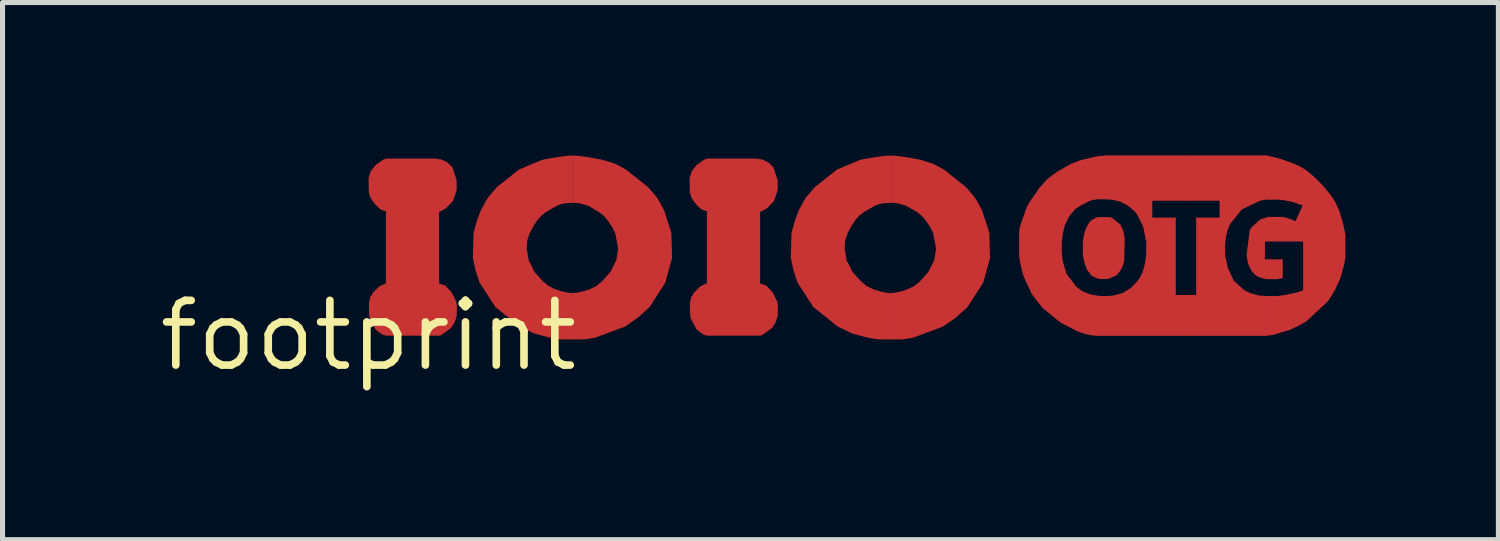
<source format=kicad_pcb>
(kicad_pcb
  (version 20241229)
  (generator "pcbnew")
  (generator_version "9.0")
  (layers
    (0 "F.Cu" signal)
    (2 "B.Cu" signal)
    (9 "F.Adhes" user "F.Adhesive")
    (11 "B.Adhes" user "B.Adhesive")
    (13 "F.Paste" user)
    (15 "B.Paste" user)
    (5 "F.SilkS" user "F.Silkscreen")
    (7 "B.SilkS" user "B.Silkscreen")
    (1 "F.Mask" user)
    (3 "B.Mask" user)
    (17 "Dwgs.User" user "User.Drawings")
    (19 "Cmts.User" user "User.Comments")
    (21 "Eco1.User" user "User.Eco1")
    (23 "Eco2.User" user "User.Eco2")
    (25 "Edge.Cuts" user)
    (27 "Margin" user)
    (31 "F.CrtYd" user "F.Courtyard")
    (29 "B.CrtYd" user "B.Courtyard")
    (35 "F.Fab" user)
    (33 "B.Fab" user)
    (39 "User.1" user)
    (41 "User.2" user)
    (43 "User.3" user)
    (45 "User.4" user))
  (footprint "footprint"
    (layer "F.Cu")
    (at 4.18 3.535)
    (property "Reference" "footprint" (at 0 0 0) (layer "F.SilkS") (effects (font (size 1.27 1.27) (thickness 0.15))))
    (fp_poly (pts (xy 17.605 -2.666) (xy 17.488 -2.642) (xy 17.14 -2.474) (xy 16.909 -2.185) (xy 16.856 -2.055) (xy 16.826 -1.917) (xy 16.813 -1.743) (xy 16.815 -1.568) (xy 16.864 -1.334) (xy 16.982 -1.079) (xy 17.192 -0.887) (xy 17.314 -0.83) (xy 17.475 -0.786) (xy 17.635 -0.775) (xy 17.635 0.005) (xy 16.045 0.005) (xy 16.045 -0.795) (xy 16.245 -0.795) (xy 16.245 -2.315) (xy 16.705 -2.315) (xy 16.705 -2.645) (xy 16.065 -2.645) (xy 16.065 -3.535) (xy 17.605 -3.535)) (stroke (width 0) (type solid)) (fill yes) (layer "F.Cu"))
    (fp_poly (pts (xy 16.075 -2.645) (xy 15.385 -2.645) (xy 15.385 -2.315) (xy 15.845 -2.315) (xy 15.845 -0.795) (xy 16.055 -0.795) (xy 16.055 0.005) (xy 14.435 0.005) (xy 14.435 -0.775) (xy 14.53 -0.777) (xy 14.619 -0.785) (xy 14.81 -0.838) (xy 14.977 -0.944) (xy 15.106 -1.083) (xy 15.189 -1.229) (xy 15.235 -1.391) (xy 15.265 -1.58) (xy 15.265 -1.849) (xy 15.251 -1.893) (xy 15.245 -1.939) (xy 15.205 -2.138) (xy 15.086 -2.377) (xy 15.054 -2.419) (xy 15.017 -2.456) (xy 14.897 -2.556) (xy 14.758 -2.625) (xy 14.609 -2.665) (xy 14.435 -2.675) (xy 14.435 -3.535) (xy 16.075 -3.535)) (stroke (width 0) (type solid)) (fill yes) (layer "F.Cu"))
    (fp_poly (pts (xy 14.455 -2.324) (xy 14.539 -2.324) (xy 14.565 -2.319) (xy 14.591 -2.312) (xy 14.758 -2.178) (xy 14.815 -2.052) (xy 14.843 -1.917) (xy 14.834 -1.476) (xy 14.81 -1.381) (xy 14.764 -1.28) (xy 14.695 -1.192) (xy 14.682 -1.182) (xy 14.52 -1.111) (xy 14.373 -1.108) (xy 14.337 -1.112) (xy 14.221 -1.157) (xy 14.202 -1.168) (xy 14.187 -1.184) (xy 14.099 -1.298) (xy 14.045 -1.454) (xy 14.022 -1.585) (xy 14.022 -1.864) (xy 14.026 -1.864) (xy 14.041 -1.965) (xy 14.072 -2.08) (xy 14.106 -2.146) (xy 14.143 -2.211) (xy 14.18 -2.255) (xy 14.228 -2.286) (xy 14.309 -2.325) (xy 14.455 -2.325)) (stroke (width 0) (type solid)) (fill yes) (layer "F.Cu"))
    (fp_poly (pts (xy 4.099 -3.528) (xy 4.288 -3.504) (xy 4.446 -3.478) (xy 4.603 -3.447) (xy 4.838 -3.373) (xy 5.056 -3.257) (xy 5.49 -2.911) (xy 5.67 -2.7) (xy 5.804 -2.457) (xy 5.946 -2.015) (xy 5.96 -1.522) (xy 5.827 -1.038) (xy 5.519 -0.56) (xy 5.29 -0.353) (xy 5.038 -0.177) (xy 4.454 0.041) (xy 4.24 0.076) (xy 3.999 0.076) (xy 3.999 -0.833) (xy 4.064 -0.837) (xy 4.124 -0.846) (xy 4.239 -0.874) (xy 4.352 -0.912) (xy 4.476 -0.974) (xy 4.583 -1.062) (xy 4.75 -1.247) (xy 4.867 -1.483) (xy 4.902 -1.704) (xy 4.844 -2.013) (xy 4.775 -2.142) (xy 4.694 -2.264) (xy 4.618 -2.351) (xy 4.528 -2.422) (xy 4.309 -2.549) (xy 4.14 -2.596) (xy 4.021 -2.606) (xy 4.021 -3.53) (xy 4.063 -3.53)) (stroke (width 0) (type solid)) (fill yes) (layer "F.Cu"))
    (fp_poly (pts (xy 10.339 -3.528) (xy 10.528 -3.504) (xy 10.686 -3.478) (xy 10.843 -3.447) (xy 11.078 -3.373) (xy 11.296 -3.257) (xy 11.73 -2.911) (xy 11.91 -2.7) (xy 12.044 -2.457) (xy 12.186 -2.015) (xy 12.2 -1.522) (xy 12.067 -1.038) (xy 11.759 -0.56) (xy 11.53 -0.353) (xy 11.278 -0.177) (xy 10.694 0.041) (xy 10.48 0.076) (xy 10.239 0.076) (xy 10.239 -0.833) (xy 10.304 -0.837) (xy 10.364 -0.846) (xy 10.479 -0.874) (xy 10.592 -0.912) (xy 10.716 -0.974) (xy 10.823 -1.062) (xy 10.99 -1.247) (xy 11.107 -1.483) (xy 11.142 -1.704) (xy 11.084 -2.013) (xy 11.015 -2.142) (xy 10.934 -2.264) (xy 10.858 -2.351) (xy 10.768 -2.422) (xy 10.549 -2.549) (xy 10.38 -2.596) (xy 10.261 -2.606) (xy 10.261 -3.53) (xy 10.303 -3.53)) (stroke (width 0) (type solid)) (fill yes) (layer "F.Cu"))
    (fp_poly (pts (xy 4.029 -3.53) (xy 4.029 -2.606) (xy 3.87 -2.596) (xy 3.783 -2.581) (xy 3.701 -2.549) (xy 3.482 -2.422) (xy 3.392 -2.351) (xy 3.316 -2.264) (xy 3.235 -2.142) (xy 3.166 -2.013) (xy 3.116 -1.862) (xy 3.108 -1.704) (xy 3.143 -1.483) (xy 3.26 -1.247) (xy 3.427 -1.062) (xy 3.534 -0.974) (xy 3.658 -0.912) (xy 3.771 -0.874) (xy 3.886 -0.846) (xy 3.946 -0.837) (xy 4.011 -0.833) (xy 4.011 0.076) (xy 3.77 0.076) (xy 3.556 0.041) (xy 3.253 -0.04) (xy 2.971 -0.177) (xy 2.491 -0.56) (xy 2.183 -1.038) (xy 2.104 -1.277) (xy 2.05 -1.523) (xy 2.064 -2.015) (xy 2.126 -2.239) (xy 2.206 -2.457) (xy 2.34 -2.7) (xy 2.52 -2.911) (xy 2.954 -3.257) (xy 3.407 -3.447) (xy 3.564 -3.478) (xy 3.722 -3.504) (xy 3.911 -3.528) (xy 3.967 -3.531)) (stroke (width 0) (type solid)) (fill yes) (layer "F.Cu"))
    (fp_poly (pts (xy 10.269 -3.53) (xy 10.269 -2.606) (xy 10.11 -2.596) (xy 10.023 -2.581) (xy 9.941 -2.549) (xy 9.722 -2.422) (xy 9.632 -2.351) (xy 9.556 -2.264) (xy 9.475 -2.142) (xy 9.406 -2.013) (xy 9.356 -1.862) (xy 9.348 -1.704) (xy 9.383 -1.483) (xy 9.5 -1.247) (xy 9.667 -1.062) (xy 9.774 -0.974) (xy 9.898 -0.912) (xy 10.011 -0.874) (xy 10.126 -0.846) (xy 10.186 -0.837) (xy 10.251 -0.833) (xy 10.251 0.076) (xy 10.01 0.076) (xy 9.796 0.041) (xy 9.493 -0.04) (xy 9.211 -0.177) (xy 8.731 -0.56) (xy 8.423 -1.038) (xy 8.344 -1.277) (xy 8.29 -1.523) (xy 8.304 -2.015) (xy 8.366 -2.239) (xy 8.446 -2.457) (xy 8.58 -2.7) (xy 8.76 -2.911) (xy 9.194 -3.257) (xy 9.647 -3.447) (xy 9.804 -3.478) (xy 9.962 -3.504) (xy 10.151 -3.528) (xy 10.207 -3.531)) (stroke (width 0) (type solid)) (fill yes) (layer "F.Cu"))
    (fp_poly (pts (xy 14.445 -2.675) (xy 14.313 -2.673) (xy 14.22 -2.663) (xy 14.131 -2.631) (xy 13.999 -2.563) (xy 13.874 -2.484) (xy 13.755 -2.34) (xy 13.67 -2.173) (xy 13.626 -1.991) (xy 13.608 -1.829) (xy 13.608 -1.622) (xy 13.627 -1.457) (xy 13.703 -1.209) (xy 13.894 -0.957) (xy 14.018 -0.866) (xy 14.161 -0.81) (xy 14.245 -0.792) (xy 14.33 -0.78) (xy 14.385 -0.776) (xy 14.445 -0.775) (xy 14.445 0.005) (xy 14.29 0.005) (xy 14.197 -0.002) (xy 14.056 -0.033) (xy 13.919 -0.082) (xy 13.581 -0.256) (xy 13.229 -0.542) (xy 13.019 -0.815) (xy 12.855 -1.171) (xy 12.807 -1.357) (xy 12.772 -1.544) (xy 12.769 -1.578) (xy 12.771 -1.606) (xy 12.77 -1.606) (xy 12.77 -1.926) (xy 12.771 -1.926) (xy 12.771 -2.004) (xy 12.78 -2.099) (xy 12.805 -2.192) (xy 12.853 -2.324) (xy 12.898 -2.458) (xy 12.937 -2.553) (xy 12.991 -2.642) (xy 13.172 -2.902) (xy 13.321 -3.066) (xy 13.424 -3.147) (xy 13.531 -3.224) (xy 13.77 -3.358) (xy 13.873 -3.403) (xy 13.979 -3.442) (xy 14.27 -3.511) (xy 14.318 -3.518) (xy 14.367 -3.526) (xy 14.445 -3.526)) (stroke (width 0) (type solid)) (fill yes) (layer "F.Cu"))
    (fp_poly (pts (xy 1.438 -3.453) (xy 1.556 -3.393) (xy 1.651 -3.298) (xy 1.732 -3.049) (xy 1.732 -2.852) (xy 1.661 -2.641) (xy 1.516 -2.492) (xy 1.41 -2.435) (xy 1.388 -2.429) (xy 1.388 -1.02) (xy 1.394 -1.02) (xy 1.533 -0.972) (xy 1.515 -0.972) (xy 1.632 -0.849) (xy 1.715 -0.686) (xy 1.728 -0.64) (xy 1.737 -0.592) (xy 1.734 -0.386) (xy 1.694 -0.26) (xy 1.623 -0.148) (xy 1.41 0.003) (xy 0.348 0.003) (xy 0.281 -0.016) (xy 0.207 -0.067) (xy 0.138 -0.124) (xy 0.137 -0.125) (xy 0.021 -0.347) (xy 0.01 -0.5) (xy 0.013 -0.652) (xy 0.013 -0.653) (xy 0.038 -0.757) (xy 0.096 -0.847) (xy 0.187 -0.94) (xy 0.224 -0.97) (xy 0.267 -0.993) (xy 0.297 -1.005) (xy 0.326 -1.018) (xy 0.337 -1.021) (xy 0.344 -1.022) (xy 0.344 -2.44) (xy 0.291 -2.453) (xy 0.248 -2.47) (xy 0.211 -2.497) (xy 0.145 -2.563) (xy 0.085 -2.633) (xy 0.035 -2.717) (xy 0.008 -2.812) (xy 0.004 -3.089) (xy 0.046 -3.227) (xy 0.136 -3.34) (xy 0.276 -3.442) (xy 0.314 -3.462) (xy 0.35 -3.471) (xy 0.366 -3.473) (xy 1.306 -3.474)) (stroke (width 0) (type solid)) (fill yes) (layer "F.Cu"))
    (fp_poly (pts (xy 7.738 -3.453) (xy 7.856 -3.393) (xy 7.951 -3.298) (xy 8.032 -3.049) (xy 8.032 -2.852) (xy 7.961 -2.641) (xy 7.816 -2.492) (xy 7.71 -2.435) (xy 7.688 -2.429) (xy 7.688 -1.02) (xy 7.694 -1.02) (xy 7.833 -0.972) (xy 7.815 -0.972) (xy 7.932 -0.849) (xy 8.015 -0.686) (xy 8.028 -0.64) (xy 8.037 -0.592) (xy 8.034 -0.386) (xy 7.994 -0.26) (xy 7.923 -0.148) (xy 7.71 0.003) (xy 6.648 0.003) (xy 6.581 -0.016) (xy 6.507 -0.067) (xy 6.438 -0.124) (xy 6.437 -0.125) (xy 6.321 -0.347) (xy 6.31 -0.5) (xy 6.313 -0.652) (xy 6.313 -0.653) (xy 6.338 -0.757) (xy 6.396 -0.847) (xy 6.487 -0.94) (xy 6.524 -0.97) (xy 6.567 -0.993) (xy 6.597 -1.005) (xy 6.626 -1.018) (xy 6.637 -1.021) (xy 6.644 -1.022) (xy 6.644 -2.44) (xy 6.591 -2.453) (xy 6.548 -2.47) (xy 6.511 -2.497) (xy 6.445 -2.563) (xy 6.385 -2.633) (xy 6.335 -2.717) (xy 6.308 -2.812) (xy 6.304 -3.089) (xy 6.346 -3.227) (xy 6.436 -3.34) (xy 6.576 -3.442) (xy 6.614 -3.462) (xy 6.65 -3.471) (xy 6.666 -3.473) (xy 7.606 -3.474)) (stroke (width 0) (type solid)) (fill yes) (layer "F.Cu"))
    (fp_poly (pts (xy 17.674 -3.524) (xy 17.918 -3.462) (xy 18.154 -3.377) (xy 18.276 -3.322) (xy 18.378 -3.262) (xy 18.472 -3.192) (xy 18.619 -3.059) (xy 18.756 -2.915) (xy 18.882 -2.762) (xy 18.976 -2.619) (xy 19.048 -2.463) (xy 19.123 -2.224) (xy 19.175 -1.979) (xy 19.175 -1.533) (xy 19.176 -1.532) (xy 19.153 -1.405) (xy 19.084 -1.148) (xy 18.976 -0.906) (xy 18.905 -0.784) (xy 18.826 -0.667) (xy 18.405 -0.277) (xy 18.251 -0.19) (xy 18.091 -0.114) (xy 17.767 -0.016) (xy 17.625 0.006) (xy 17.625 -0.775) (xy 17.85 -0.775) (xy 17.997 -0.798) (xy 18.207 -0.841) (xy 18.345 -0.887) (xy 18.345 -1.845) (xy 17.595 -1.845) (xy 17.595 -1.495) (xy 17.945 -1.495) (xy 17.945 -1.126) (xy 17.83 -1.105) (xy 17.61 -1.107) (xy 17.489 -1.143) (xy 17.439 -1.165) (xy 17.395 -1.198) (xy 17.341 -1.259) (xy 17.299 -1.329) (xy 17.266 -1.41) (xy 17.247 -1.496) (xy 17.236 -1.587) (xy 17.296 -2.06) (xy 17.328 -2.117) (xy 17.374 -2.163) (xy 17.427 -2.207) (xy 17.484 -2.264) (xy 17.484 -2.262) (xy 17.524 -2.29) (xy 17.581 -2.301) (xy 17.631 -2.318) (xy 17.64 -2.327) (xy 17.934 -2.327) (xy 18.006 -2.315) (xy 18.119 -2.276) (xy 18.16 -2.26) (xy 18.196 -2.245) (xy 18.335 -2.551) (xy 18.167 -2.613) (xy 17.983 -2.654) (xy 17.862 -2.667) (xy 17.68 -2.667) (xy 17.595 -2.665) (xy 17.595 -3.535) (xy 17.621 -3.535)) (stroke (width 0) (type solid)) (fill yes) (layer "F.Cu"))
    (fp_poly (pts (xy 17.605 -2.666) (xy 17.488 -2.642) (xy 17.14 -2.474) (xy 16.909 -2.185) (xy 16.856 -2.055) (xy 16.826 -1.917) (xy 16.813 -1.743) (xy 16.815 -1.568) (xy 16.864 -1.334) (xy 16.982 -1.079) (xy 17.192 -0.887) (xy 17.314 -0.83) (xy 17.475 -0.786) (xy 17.635 -0.775) (xy 17.635 0.005) (xy 16.045 0.005) (xy 16.045 -0.795) (xy 16.245 -0.795) (xy 16.245 -2.315) (xy 16.705 -2.315) (xy 16.705 -2.645) (xy 16.065 -2.645) (xy 16.065 -3.535) (xy 17.605 -3.535)) (stroke (width 0) (type solid)) (fill yes) (layer "F.Mask"))
    (fp_poly (pts (xy 16.075 -2.645) (xy 15.385 -2.645) (xy 15.385 -2.315) (xy 15.845 -2.315) (xy 15.845 -0.795) (xy 16.055 -0.795) (xy 16.055 0.005) (xy 14.435 0.005) (xy 14.435 -0.775) (xy 14.53 -0.777) (xy 14.619 -0.785) (xy 14.81 -0.838) (xy 14.977 -0.944) (xy 15.106 -1.083) (xy 15.189 -1.229) (xy 15.235 -1.391) (xy 15.265 -1.58) (xy 15.265 -1.849) (xy 15.251 -1.893) (xy 15.245 -1.939) (xy 15.205 -2.138) (xy 15.086 -2.377) (xy 15.054 -2.419) (xy 15.017 -2.456) (xy 14.897 -2.556) (xy 14.758 -2.625) (xy 14.609 -2.665) (xy 14.435 -2.675) (xy 14.435 -3.535) (xy 16.075 -3.535)) (stroke (width 0) (type solid)) (fill yes) (layer "F.Mask"))
    (fp_poly (pts (xy 14.455 -2.324) (xy 14.539 -2.324) (xy 14.565 -2.319) (xy 14.591 -2.312) (xy 14.758 -2.178) (xy 14.815 -2.052) (xy 14.843 -1.917) (xy 14.834 -1.476) (xy 14.81 -1.381) (xy 14.764 -1.28) (xy 14.695 -1.192) (xy 14.682 -1.182) (xy 14.52 -1.111) (xy 14.373 -1.108) (xy 14.337 -1.112) (xy 14.221 -1.157) (xy 14.202 -1.168) (xy 14.187 -1.184) (xy 14.099 -1.298) (xy 14.045 -1.454) (xy 14.022 -1.585) (xy 14.022 -1.864) (xy 14.026 -1.864) (xy 14.041 -1.965) (xy 14.072 -2.08) (xy 14.106 -2.146) (xy 14.143 -2.211) (xy 14.18 -2.255) (xy 14.228 -2.286) (xy 14.309 -2.325) (xy 14.455 -2.325)) (stroke (width 0) (type solid)) (fill yes) (layer "F.Mask"))
    (fp_poly (pts (xy 4.099 -3.528) (xy 4.288 -3.504) (xy 4.446 -3.478) (xy 4.603 -3.447) (xy 4.838 -3.373) (xy 5.056 -3.257) (xy 5.49 -2.911) (xy 5.67 -2.7) (xy 5.804 -2.457) (xy 5.946 -2.015) (xy 5.96 -1.522) (xy 5.827 -1.038) (xy 5.519 -0.56) (xy 5.29 -0.353) (xy 5.038 -0.177) (xy 4.454 0.041) (xy 4.24 0.076) (xy 3.999 0.076) (xy 3.999 -0.833) (xy 4.064 -0.837) (xy 4.124 -0.846) (xy 4.239 -0.874) (xy 4.352 -0.912) (xy 4.476 -0.974) (xy 4.583 -1.062) (xy 4.75 -1.247) (xy 4.867 -1.483) (xy 4.902 -1.704) (xy 4.844 -2.013) (xy 4.775 -2.142) (xy 4.694 -2.264) (xy 4.618 -2.351) (xy 4.528 -2.422) (xy 4.309 -2.549) (xy 4.14 -2.596) (xy 4.021 -2.606) (xy 4.021 -3.53) (xy 4.063 -3.53)) (stroke (width 0) (type solid)) (fill yes) (layer "F.Mask"))
    (fp_poly (pts (xy 10.339 -3.528) (xy 10.528 -3.504) (xy 10.686 -3.478) (xy 10.843 -3.447) (xy 11.078 -3.373) (xy 11.296 -3.257) (xy 11.73 -2.911) (xy 11.91 -2.7) (xy 12.044 -2.457) (xy 12.186 -2.015) (xy 12.2 -1.522) (xy 12.067 -1.038) (xy 11.759 -0.56) (xy 11.53 -0.353) (xy 11.278 -0.177) (xy 10.694 0.041) (xy 10.48 0.076) (xy 10.239 0.076) (xy 10.239 -0.833) (xy 10.304 -0.837) (xy 10.364 -0.846) (xy 10.479 -0.874) (xy 10.592 -0.912) (xy 10.716 -0.974) (xy 10.823 -1.062) (xy 10.99 -1.247) (xy 11.107 -1.483) (xy 11.142 -1.704) (xy 11.084 -2.013) (xy 11.015 -2.142) (xy 10.934 -2.264) (xy 10.858 -2.351) (xy 10.768 -2.422) (xy 10.549 -2.549) (xy 10.38 -2.596) (xy 10.261 -2.606) (xy 10.261 -3.53) (xy 10.303 -3.53)) (stroke (width 0) (type solid)) (fill yes) (layer "F.Mask"))
    (fp_poly (pts (xy 4.029 -3.53) (xy 4.029 -2.606) (xy 3.87 -2.596) (xy 3.783 -2.581) (xy 3.701 -2.549) (xy 3.482 -2.422) (xy 3.392 -2.351) (xy 3.316 -2.264) (xy 3.235 -2.142) (xy 3.166 -2.013) (xy 3.116 -1.862) (xy 3.108 -1.704) (xy 3.143 -1.483) (xy 3.26 -1.247) (xy 3.427 -1.062) (xy 3.534 -0.974) (xy 3.658 -0.912) (xy 3.771 -0.874) (xy 3.886 -0.846) (xy 3.946 -0.837) (xy 4.011 -0.833) (xy 4.011 0.076) (xy 3.77 0.076) (xy 3.556 0.041) (xy 3.253 -0.04) (xy 2.971 -0.177) (xy 2.491 -0.56) (xy 2.183 -1.038) (xy 2.104 -1.277) (xy 2.05 -1.523) (xy 2.064 -2.015) (xy 2.126 -2.239) (xy 2.206 -2.457) (xy 2.34 -2.7) (xy 2.52 -2.911) (xy 2.954 -3.257) (xy 3.407 -3.447) (xy 3.564 -3.478) (xy 3.722 -3.504) (xy 3.911 -3.528) (xy 3.967 -3.531)) (stroke (width 0) (type solid)) (fill yes) (layer "F.Mask"))
    (fp_poly (pts (xy 10.269 -3.53) (xy 10.269 -2.606) (xy 10.11 -2.596) (xy 10.023 -2.581) (xy 9.941 -2.549) (xy 9.722 -2.422) (xy 9.632 -2.351) (xy 9.556 -2.264) (xy 9.475 -2.142) (xy 9.406 -2.013) (xy 9.356 -1.862) (xy 9.348 -1.704) (xy 9.383 -1.483) (xy 9.5 -1.247) (xy 9.667 -1.062) (xy 9.774 -0.974) (xy 9.898 -0.912) (xy 10.011 -0.874) (xy 10.126 -0.846) (xy 10.186 -0.837) (xy 10.251 -0.833) (xy 10.251 0.076) (xy 10.01 0.076) (xy 9.796 0.041) (xy 9.493 -0.04) (xy 9.211 -0.177) (xy 8.731 -0.56) (xy 8.423 -1.038) (xy 8.344 -1.277) (xy 8.29 -1.523) (xy 8.304 -2.015) (xy 8.366 -2.239) (xy 8.446 -2.457) (xy 8.58 -2.7) (xy 8.76 -2.911) (xy 9.194 -3.257) (xy 9.647 -3.447) (xy 9.804 -3.478) (xy 9.962 -3.504) (xy 10.151 -3.528) (xy 10.207 -3.531)) (stroke (width 0) (type solid)) (fill yes) (layer "F.Mask"))
    (fp_poly (pts (xy 14.445 -2.675) (xy 14.313 -2.673) (xy 14.22 -2.663) (xy 14.131 -2.631) (xy 13.999 -2.563) (xy 13.874 -2.484) (xy 13.755 -2.34) (xy 13.67 -2.173) (xy 13.626 -1.991) (xy 13.608 -1.829) (xy 13.608 -1.622) (xy 13.627 -1.457) (xy 13.703 -1.209) (xy 13.894 -0.957) (xy 14.018 -0.866) (xy 14.161 -0.81) (xy 14.245 -0.792) (xy 14.33 -0.78) (xy 14.385 -0.776) (xy 14.445 -0.775) (xy 14.445 0.005) (xy 14.29 0.005) (xy 14.197 -0.002) (xy 14.056 -0.033) (xy 13.919 -0.082) (xy 13.581 -0.256) (xy 13.229 -0.542) (xy 13.019 -0.815) (xy 12.855 -1.171) (xy 12.807 -1.357) (xy 12.772 -1.544) (xy 12.769 -1.578) (xy 12.771 -1.606) (xy 12.77 -1.606) (xy 12.77 -1.926) (xy 12.771 -1.926) (xy 12.771 -2.004) (xy 12.78 -2.099) (xy 12.805 -2.192) (xy 12.853 -2.324) (xy 12.898 -2.458) (xy 12.937 -2.553) (xy 12.991 -2.642) (xy 13.172 -2.902) (xy 13.321 -3.066) (xy 13.424 -3.147) (xy 13.531 -3.224) (xy 13.77 -3.358) (xy 13.873 -3.403) (xy 13.979 -3.442) (xy 14.27 -3.511) (xy 14.318 -3.518) (xy 14.367 -3.526) (xy 14.445 -3.526)) (stroke (width 0) (type solid)) (fill yes) (layer "F.Mask"))
    (fp_poly (pts (xy 1.438 -3.453) (xy 1.556 -3.393) (xy 1.651 -3.298) (xy 1.732 -3.049) (xy 1.732 -2.852) (xy 1.661 -2.641) (xy 1.516 -2.492) (xy 1.41 -2.435) (xy 1.388 -2.429) (xy 1.388 -1.02) (xy 1.394 -1.02) (xy 1.533 -0.972) (xy 1.515 -0.972) (xy 1.632 -0.849) (xy 1.715 -0.686) (xy 1.728 -0.64) (xy 1.737 -0.592) (xy 1.734 -0.386) (xy 1.694 -0.26) (xy 1.623 -0.148) (xy 1.41 0.003) (xy 0.348 0.003) (xy 0.281 -0.016) (xy 0.207 -0.067) (xy 0.138 -0.124) (xy 0.137 -0.125) (xy 0.021 -0.347) (xy 0.01 -0.5) (xy 0.013 -0.652) (xy 0.013 -0.653) (xy 0.038 -0.757) (xy 0.096 -0.847) (xy 0.187 -0.94) (xy 0.224 -0.97) (xy 0.267 -0.993) (xy 0.297 -1.005) (xy 0.326 -1.018) (xy 0.337 -1.021) (xy 0.344 -1.022) (xy 0.344 -2.44) (xy 0.291 -2.453) (xy 0.248 -2.47) (xy 0.211 -2.497) (xy 0.145 -2.563) (xy 0.085 -2.633) (xy 0.035 -2.717) (xy 0.008 -2.812) (xy 0.004 -3.089) (xy 0.046 -3.227) (xy 0.136 -3.34) (xy 0.276 -3.442) (xy 0.314 -3.462) (xy 0.35 -3.471) (xy 0.366 -3.473) (xy 1.306 -3.474)) (stroke (width 0) (type solid)) (fill yes) (layer "F.Mask"))
    (fp_poly (pts (xy 7.738 -3.453) (xy 7.856 -3.393) (xy 7.951 -3.298) (xy 8.032 -3.049) (xy 8.032 -2.852) (xy 7.961 -2.641) (xy 7.816 -2.492) (xy 7.71 -2.435) (xy 7.688 -2.429) (xy 7.688 -1.02) (xy 7.694 -1.02) (xy 7.833 -0.972) (xy 7.815 -0.972) (xy 7.932 -0.849) (xy 8.015 -0.686) (xy 8.028 -0.64) (xy 8.037 -0.592) (xy 8.034 -0.386) (xy 7.994 -0.26) (xy 7.923 -0.148) (xy 7.71 0.003) (xy 6.648 0.003) (xy 6.581 -0.016) (xy 6.507 -0.067) (xy 6.438 -0.124) (xy 6.437 -0.125) (xy 6.321 -0.347) (xy 6.31 -0.5) (xy 6.313 -0.652) (xy 6.313 -0.653) (xy 6.338 -0.757) (xy 6.396 -0.847) (xy 6.487 -0.94) (xy 6.524 -0.97) (xy 6.567 -0.993) (xy 6.597 -1.005) (xy 6.626 -1.018) (xy 6.637 -1.021) (xy 6.644 -1.022) (xy 6.644 -2.44) (xy 6.591 -2.453) (xy 6.548 -2.47) (xy 6.511 -2.497) (xy 6.445 -2.563) (xy 6.385 -2.633) (xy 6.335 -2.717) (xy 6.308 -2.812) (xy 6.304 -3.089) (xy 6.346 -3.227) (xy 6.436 -3.34) (xy 6.576 -3.442) (xy 6.614 -3.462) (xy 6.65 -3.471) (xy 6.666 -3.473) (xy 7.606 -3.474)) (stroke (width 0) (type solid)) (fill yes) (layer "F.Mask"))
    (fp_poly (pts (xy 17.674 -3.524) (xy 17.918 -3.462) (xy 18.154 -3.377) (xy 18.276 -3.322) (xy 18.378 -3.262) (xy 18.472 -3.192) (xy 18.619 -3.059) (xy 18.756 -2.915) (xy 18.882 -2.762) (xy 18.976 -2.619) (xy 19.048 -2.463) (xy 19.123 -2.224) (xy 19.175 -1.979) (xy 19.175 -1.533) (xy 19.176 -1.532) (xy 19.153 -1.405) (xy 19.084 -1.148) (xy 18.976 -0.906) (xy 18.905 -0.784) (xy 18.826 -0.667) (xy 18.405 -0.277) (xy 18.251 -0.19) (xy 18.091 -0.114) (xy 17.767 -0.016) (xy 17.625 0.006) (xy 17.625 -0.775) (xy 17.85 -0.775) (xy 17.997 -0.798) (xy 18.207 -0.841) (xy 18.345 -0.887) (xy 18.345 -1.845) (xy 17.595 -1.845) (xy 17.595 -1.495) (xy 17.945 -1.495) (xy 17.945 -1.126) (xy 17.83 -1.105) (xy 17.61 -1.107) (xy 17.489 -1.143) (xy 17.439 -1.165) (xy 17.395 -1.198) (xy 17.341 -1.259) (xy 17.299 -1.329) (xy 17.266 -1.41) (xy 17.247 -1.496) (xy 17.236 -1.587) (xy 17.296 -2.06) (xy 17.328 -2.117) (xy 17.374 -2.163) (xy 17.427 -2.207) (xy 17.484 -2.264) (xy 17.484 -2.262) (xy 17.524 -2.29) (xy 17.581 -2.301) (xy 17.631 -2.318) (xy 17.64 -2.327) (xy 17.934 -2.327) (xy 18.006 -2.315) (xy 18.119 -2.276) (xy 18.16 -2.26) (xy 18.196 -2.245) (xy 18.335 -2.551) (xy 18.167 -2.613) (xy 17.983 -2.654) (xy 17.862 -2.667) (xy 17.68 -2.667) (xy 17.595 -2.665) (xy 17.595 -3.535) (xy 17.621 -3.535)) (stroke (width 0) (type solid)) (fill yes) (layer "F.Mask")))
  (gr_rect
    (start -3 -3)
    (end 26.357 7.541)
    (stroke (width 0.1) (type default))
    (fill no)
    (layer "Edge.Cuts")))
</source>
